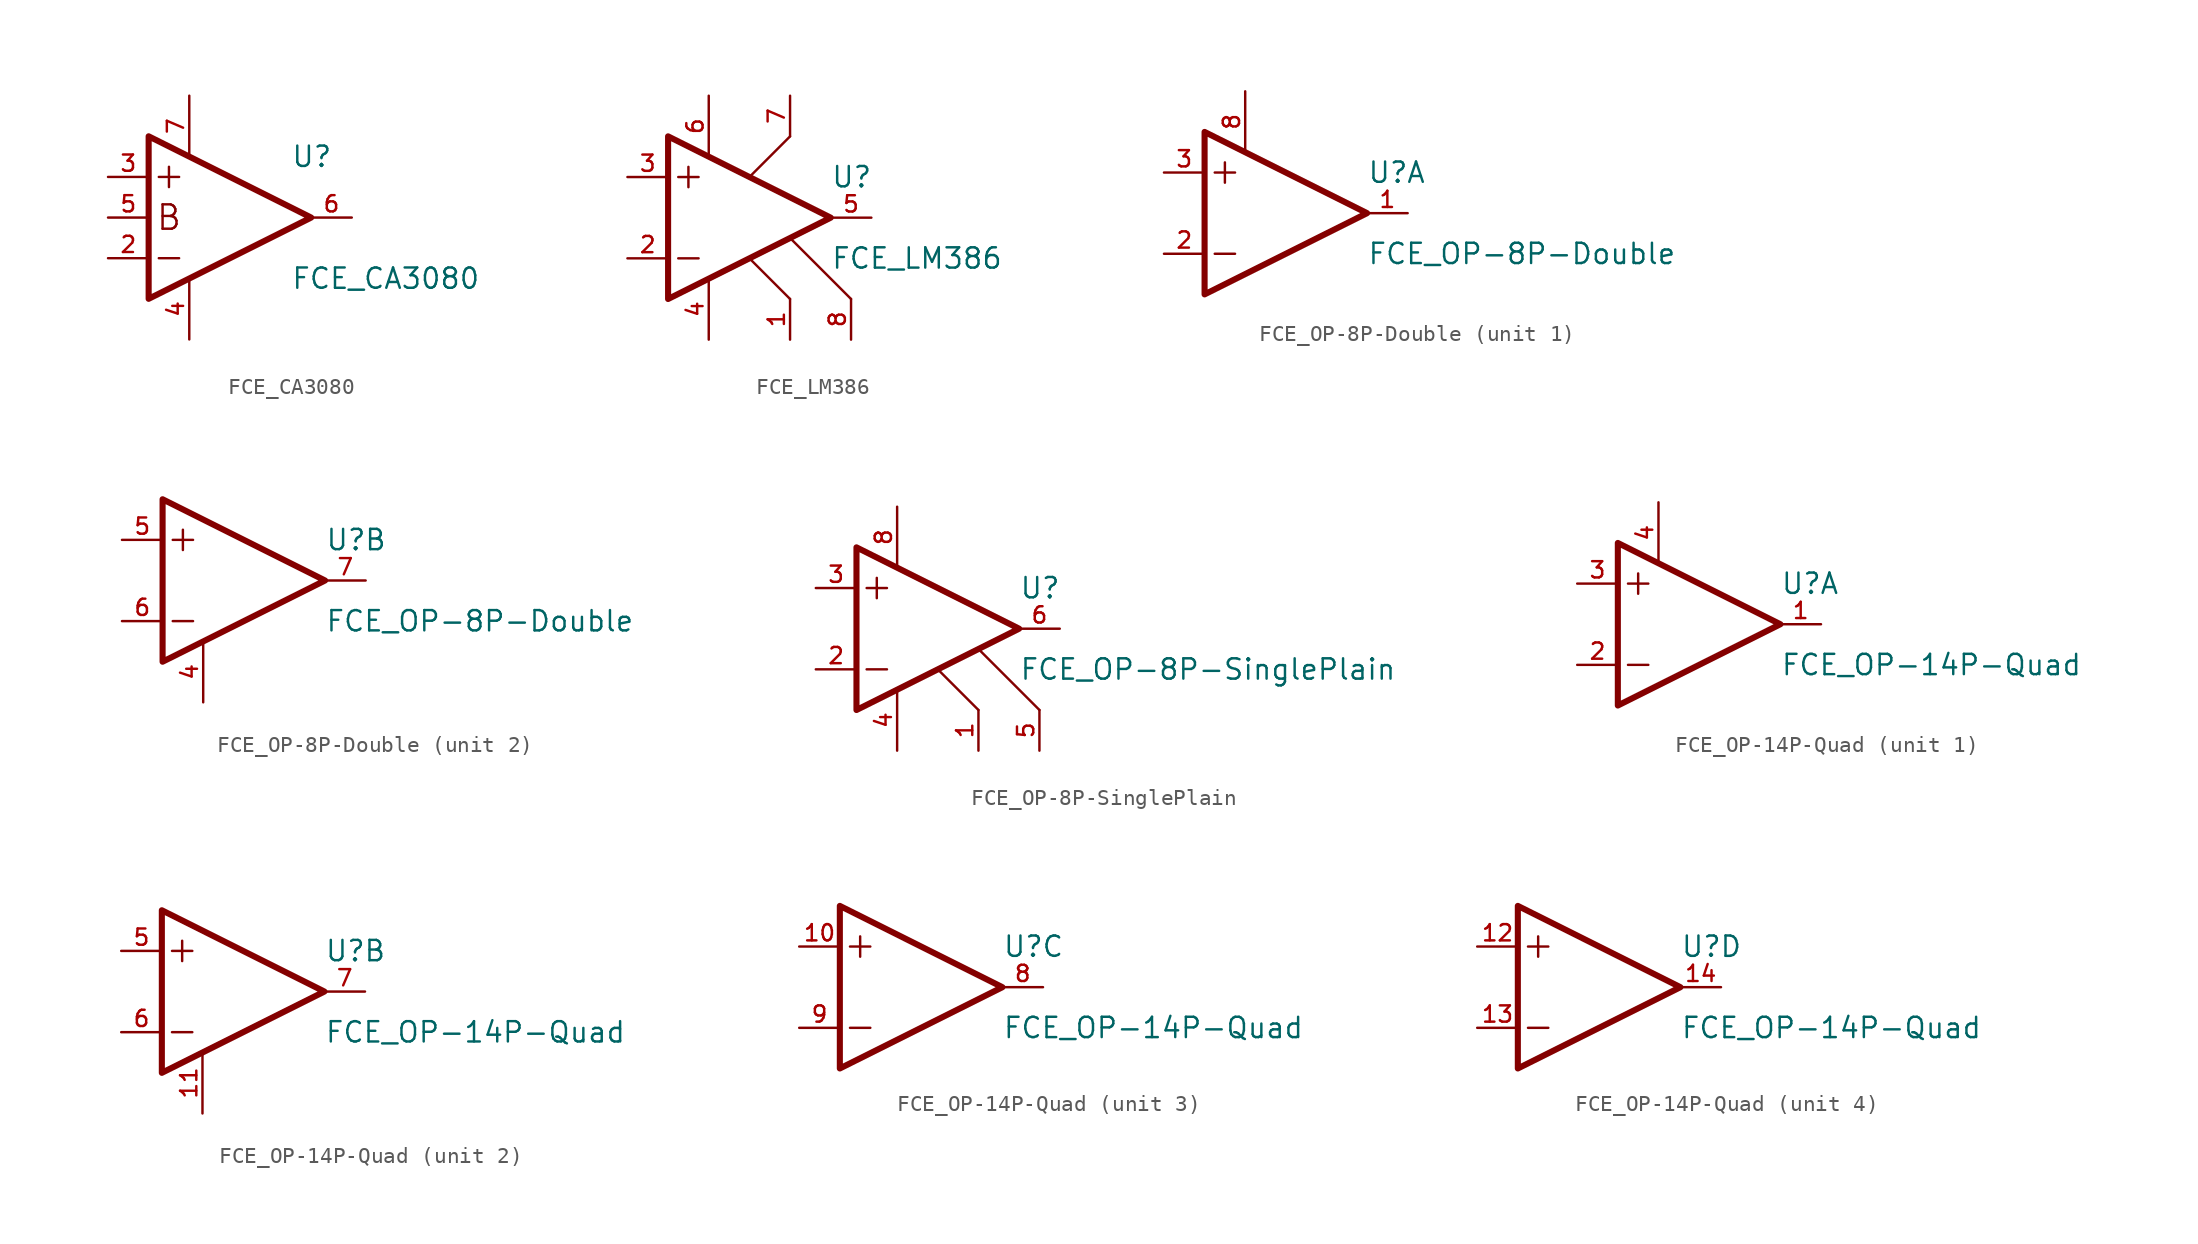
<source format=kicad_sym>
(kicad_symbol_lib
  (version 20211014)
  (generator kicad_symbol_editor)
  (symbol "FCE_CA3080"
    (pin_names hide)
    (property "Reference" "U"
      (at 3.81 3.81 0)
      (effects (font (size 1.27 1.27)) (justify left)))
    (property "Value" "FCE_CA3080"
      (at 3.81 -3.81 0)
      (effects (font (size 1.27 1.27)) (justify left)))
    (property "Footprint" ""
      (at 0 0 0)
      (effects (font (size 1.27 1.27))))
    (property "Datasheet" ""
      (at 0 0 0)
      (effects (font (size 1.27 1.27))))
    (symbol "FCE_CA3080_0_0"
      (text "B" (at -3.81 0 0) (effects (font (size 1.524 1.524)))))
    (symbol "FCE_CA3080_0_1"
      (polyline (pts (xy -4.445 -2.54) (xy -3.175 -2.54)) (stroke (width 0) (type default) (color 0 0 0 0)) (fill (type none)))
      (polyline (pts (xy -4.445 2.54) (xy -3.175 2.54)) (stroke (width 0) (type default) (color 0 0 0 0)) (fill (type none)))
      (polyline (pts (xy -3.81 3.175) (xy -3.81 1.905)) (stroke (width 0) (type default) (color 0 0 0 0)) (fill (type none)))
      (polyline (pts (xy 5.08 0) (xy -5.08 5.08) (xy -5.08 -5.08) (xy 5.08 0)) (stroke (width 0.381) (type default) (color 0 0 0 0)) (fill (type none)))
      (pin power_in line (at -2.54 -7.62 90) (length 3.81) (name "V-" (effects (font (size 1.016 1.016)))) (number "4" (effects (font (size 1.016 1.016)))))
      (pin power_in line (at -7.62 0 0) (length 2.54) (name "Bias" (effects (font (size 1.016 1.016)))) (number "5" (effects (font (size 1.016 1.016)))))
      (pin power_in line (at -2.54 7.62 270) (length 3.81) (name "V+" (effects (font (size 1.016 1.016)))) (number "7" (effects (font (size 1.016 1.016))))))
    (symbol "FCE_CA3080_1_1"
      (pin input line (at -7.62 -2.54 0) (length 2.54) (name "-" (effects (font (size 1.016 1.016)))) (number "2" (effects (font (size 1.016 1.016)))))
      (pin input line (at -7.62 2.54 0) (length 2.54) (name "+" (effects (font (size 1.016 1.016)))) (number "3" (effects (font (size 1.016 1.016)))))
      (pin output line (at 7.62 0 180) (length 2.54) (name "OUT" (effects (font (size 1.016 1.016)))) (number "6" (effects (font (size 1.016 1.016)))))))
  (symbol "FCE_LM386"
    (pin_names hide)
    (property "Reference" "U"
      (at 5.08 2.54 0)
      (effects (font (size 1.27 1.27)) (justify left)))
    (property "Value" "FCE_LM386"
      (at 5.08 -2.54 0)
      (effects (font (size 1.27 1.27)) (justify left)))
    (property "Footprint" ""
      (at 0 0 0)
      (effects (font (size 1.27 1.27))))
    (property "Datasheet" ""
      (at 0 0 0)
      (effects (font (size 1.27 1.27))))
    (symbol "FCE_LM386_0_1"
      (polyline (pts (xy -4.445 -2.54) (xy -3.175 -2.54)) (stroke (width 0) (type default) (color 0 0 0 0)) (fill (type none)))
      (polyline (pts (xy -4.445 2.54) (xy -3.175 2.54)) (stroke (width 0) (type default) (color 0 0 0 0)) (fill (type none)))
      (polyline (pts (xy -3.81 3.175) (xy -3.81 1.905)) (stroke (width 0) (type default) (color 0 0 0 0)) (fill (type none)))
      (polyline (pts (xy 2.54 -5.08) (xy 0 -2.54)) (stroke (width 0) (type default) (color 0 0 0 0)) (fill (type none)))
      (polyline (pts (xy 2.54 5.08) (xy 0 2.54)) (stroke (width 0) (type default) (color 0 0 0 0)) (fill (type none)))
      (polyline (pts (xy 6.35 -5.08) (xy 2.54 -1.27)) (stroke (width 0) (type default) (color 0 0 0 0)) (fill (type none)))
      (polyline (pts (xy 5.08 0) (xy -5.08 5.08) (xy -5.08 -5.08) (xy 5.08 0)) (stroke (width 0.381) (type default) (color 0 0 0 0)) (fill (type none)))
      (pin power_in line (at -2.54 -7.62 90) (length 3.81) (name "V-" (effects (font (size 1.016 1.016)))) (number "4" (effects (font (size 1.016 1.016)))))
      (pin power_in line (at -2.54 7.62 270) (length 3.81) (name "V+" (effects (font (size 1.016 1.016)))) (number "6" (effects (font (size 1.016 1.016))))))
    (symbol "FCE_LM386_1_1"
      (pin input line (at 2.54 -7.62 90) (length 2.54) (name "Gain1" (effects (font (size 1.016 1.016)))) (number "1" (effects (font (size 1.016 1.016)))))
      (pin input line (at -7.62 -2.54 0) (length 2.54) (name "-" (effects (font (size 1.016 1.016)))) (number "2" (effects (font (size 1.016 1.016)))))
      (pin input line (at -7.62 2.54 0) (length 2.54) (name "+" (effects (font (size 1.016 1.016)))) (number "3" (effects (font (size 1.016 1.016)))))
      (pin output line (at 7.62 0 180) (length 2.54) (name "OUT" (effects (font (size 1.016 1.016)))) (number "5" (effects (font (size 1.016 1.016)))))
      (pin input line (at 2.54 7.62 270) (length 2.54) (name "Bypass" (effects (font (size 1.016 1.016)))) (number "7" (effects (font (size 1.016 1.016)))))
      (pin input line (at 6.35 -7.62 90) (length 2.54) (name "Gain2" (effects (font (size 1.016 1.016)))) (number "8" (effects (font (size 1.016 1.016)))))))
  (symbol "FCE_OP-8P-Double"
    (pin_names hide)
    (property "Reference" "U"
      (at 5.08 2.54 0)
      (effects (font (size 1.27 1.27)) (justify left)))
    (property "Value" "FCE_OP-8P-Double"
      (at 5.08 -2.54 0)
      (effects (font (size 1.27 1.27)) (justify left)))
    (property "Footprint" ""
      (at 0 0 0)
      (effects (font (size 1.27 1.27))))
    (property "Datasheet" ""
      (at 0 0 0)
      (effects (font (size 1.27 1.27))))
    (symbol "FCE_OP-8P-Double_0_1"
      (polyline (pts (xy -4.445 -2.54) (xy -3.175 -2.54)) (stroke (width 0) (type default) (color 0 0 0 0)) (fill (type none)))
      (polyline (pts (xy -4.445 2.54) (xy -3.175 2.54)) (stroke (width 0) (type default) (color 0 0 0 0)) (fill (type none)))
      (polyline (pts (xy -3.81 3.175) (xy -3.81 1.905)) (stroke (width 0) (type default) (color 0 0 0 0)) (fill (type none)))
      (polyline (pts (xy 5.08 0) (xy -5.08 5.08) (xy -5.08 -5.08) (xy 5.08 0)) (stroke (width 0.381) (type default) (color 0 0 0 0)) (fill (type none))))
    (symbol "FCE_OP-8P-Double_1_1"
      (pin output line (at 7.62 0 180) (length 2.54) (name "Aout" (effects (font (size 1.016 1.016)))) (number "1" (effects (font (size 1.016 1.016)))))
      (pin input line (at -7.62 -2.54 0) (length 2.54) (name "Ainv" (effects (font (size 1.016 1.016)))) (number "2" (effects (font (size 1.016 1.016)))))
      (pin input line (at -7.62 2.54 0) (length 2.54) (name "Aninv" (effects (font (size 1.016 1.016)))) (number "3" (effects (font (size 1.016 1.016)))))
      (pin output line (at -2.54 7.62 270) (length 3.81) (name "VCC" (effects (font (size 1.016 1.016)))) (number "8" (effects (font (size 1.016 1.016))))))
    (symbol "FCE_OP-8P-Double_2_1"
      (pin output line (at -2.54 -7.62 90) (length 3.81) (name "VEE" (effects (font (size 1.016 1.016)))) (number "4" (effects (font (size 1.016 1.016)))))
      (pin input line (at -7.62 2.54 0) (length 2.54) (name "Bninv" (effects (font (size 1.016 1.016)))) (number "5" (effects (font (size 1.016 1.016)))))
      (pin input line (at -7.62 -2.54 0) (length 2.54) (name "Binv" (effects (font (size 1.016 1.016)))) (number "6" (effects (font (size 1.016 1.016)))))
      (pin output line (at 7.62 0 180) (length 2.54) (name "Bout" (effects (font (size 1.016 1.016)))) (number "7" (effects (font (size 1.016 1.016)))))))
  (symbol "FCE_OP-8P-SinglePlain"
    (pin_names hide)
    (property "Reference" "U"
      (at 5.08 2.54 0)
      (effects (font (size 1.27 1.27)) (justify left)))
    (property "Value" "FCE_OP-8P-SinglePlain"
      (at 5.08 -2.54 0)
      (effects (font (size 1.27 1.27)) (justify left)))
    (property "Footprint" ""
      (at 0 0 0)
      (effects (font (size 1.27 1.27))))
    (property "Datasheet" ""
      (at 0 0 0)
      (effects (font (size 1.27 1.27))))
    (symbol "FCE_OP-8P-SinglePlain_0_1"
      (polyline (pts (xy -4.445 -2.54) (xy -3.175 -2.54)) (stroke (width 0) (type default) (color 0 0 0 0)) (fill (type none)))
      (polyline (pts (xy -4.445 2.54) (xy -3.175 2.54)) (stroke (width 0) (type default) (color 0 0 0 0)) (fill (type none)))
      (polyline (pts (xy -3.81 3.175) (xy -3.81 1.905)) (stroke (width 0) (type default) (color 0 0 0 0)) (fill (type none)))
      (polyline (pts (xy 2.54 -5.08) (xy 0 -2.54)) (stroke (width 0) (type default) (color 0 0 0 0)) (fill (type none)))
      (polyline (pts (xy 6.35 -5.08) (xy 2.54 -1.27)) (stroke (width 0) (type default) (color 0 0 0 0)) (fill (type none)))
      (polyline (pts (xy 5.08 0) (xy -5.08 5.08) (xy -5.08 -5.08) (xy 5.08 0)) (stroke (width 0.381) (type default) (color 0 0 0 0)) (fill (type none)))
      (pin power_in line (at -2.54 -7.62 90) (length 3.81) (name "V-" (effects (font (size 1.016 1.016)))) (number "4" (effects (font (size 1.016 1.016)))))
      (pin power_in line (at -2.54 7.62 270) (length 3.81) (name "V+" (effects (font (size 1.016 1.016)))) (number "8" (effects (font (size 1.016 1.016))))))
    (symbol "FCE_OP-8P-SinglePlain_1_1"
      (pin input line (at 2.54 -7.62 90) (length 2.54) (name "OC1" (effects (font (size 1.016 1.016)))) (number "1" (effects (font (size 1.016 1.016)))))
      (pin input line (at -7.62 -2.54 0) (length 2.54) (name "-" (effects (font (size 1.016 1.016)))) (number "2" (effects (font (size 1.016 1.016)))))
      (pin input line (at -7.62 2.54 0) (length 2.54) (name "+" (effects (font (size 1.016 1.016)))) (number "3" (effects (font (size 1.016 1.016)))))
      (pin input line (at 6.35 -7.62 90) (length 2.54) (name "OC2" (effects (font (size 1.016 1.016)))) (number "5" (effects (font (size 1.016 1.016)))))
      (pin output line (at 7.62 0 180) (length 2.54) (name "OUT" (effects (font (size 1.016 1.016)))) (number "6" (effects (font (size 1.016 1.016)))))))
  (symbol "FCE_OP-14P-Quad"
    (pin_names hide)
    (property "Reference" "U"
      (at 5.08 2.54 0)
      (effects (font (size 1.27 1.27)) (justify left)))
    (property "Value" "FCE_OP-14P-Quad"
      (at 5.08 -2.54 0)
      (effects (font (size 1.27 1.27)) (justify left)))
    (property "Footprint" ""
      (at 0 0 0)
      (effects (font (size 1.27 1.27))))
    (property "Datasheet" ""
      (at 0 0 0)
      (effects (font (size 1.27 1.27))))
    (symbol "FCE_OP-14P-Quad_0_1"
      (polyline (pts (xy -4.445 -2.54) (xy -3.175 -2.54)) (stroke (width 0) (type default) (color 0 0 0 0)) (fill (type none)))
      (polyline (pts (xy -4.445 2.54) (xy -3.175 2.54)) (stroke (width 0) (type default) (color 0 0 0 0)) (fill (type none)))
      (polyline (pts (xy -3.81 3.175) (xy -3.81 1.905)) (stroke (width 0) (type default) (color 0 0 0 0)) (fill (type none)))
      (polyline (pts (xy 5.08 0) (xy -5.08 5.08) (xy -5.08 -5.08) (xy 5.08 0)) (stroke (width 0.381) (type default) (color 0 0 0 0)) (fill (type none))))
    (symbol "FCE_OP-14P-Quad_1_1"
      (pin output line (at 7.62 0 180) (length 2.54) (name "Aout" (effects (font (size 1.016 1.016)))) (number "1" (effects (font (size 1.016 1.016)))))
      (pin input line (at -7.62 -2.54 0) (length 2.54) (name "Ainv" (effects (font (size 1.016 1.016)))) (number "2" (effects (font (size 1.016 1.016)))))
      (pin input line (at -7.62 2.54 0) (length 2.54) (name "Aninv" (effects (font (size 1.016 1.016)))) (number "3" (effects (font (size 1.016 1.016)))))
      (pin output line (at -2.54 7.62 270) (length 3.81) (name "VCC" (effects (font (size 1.016 1.016)))) (number "4" (effects (font (size 1.016 1.016))))))
    (symbol "FCE_OP-14P-Quad_2_1"
      (pin output line (at -2.54 -7.62 90) (length 3.81) (name "VEE" (effects (font (size 1.016 1.016)))) (number "11" (effects (font (size 1.016 1.016)))))
      (pin input line (at -7.62 2.54 0) (length 2.54) (name "Bninv" (effects (font (size 1.016 1.016)))) (number "5" (effects (font (size 1.016 1.016)))))
      (pin input line (at -7.62 -2.54 0) (length 2.54) (name "Binv" (effects (font (size 1.016 1.016)))) (number "6" (effects (font (size 1.016 1.016)))))
      (pin output line (at 7.62 0 180) (length 2.54) (name "Bout" (effects (font (size 1.016 1.016)))) (number "7" (effects (font (size 1.016 1.016))))))
    (symbol "FCE_OP-14P-Quad_3_1"
      (pin input line (at -7.62 2.54 0) (length 2.54) (name "Cninv" (effects (font (size 1.016 1.016)))) (number "10" (effects (font (size 1.016 1.016)))))
      (pin output line (at 7.62 0 180) (length 2.54) (name "Cout" (effects (font (size 1.016 1.016)))) (number "8" (effects (font (size 1.016 1.016)))))
      (pin input line (at -7.62 -2.54 0) (length 2.54) (name "Cinv" (effects (font (size 1.016 1.016)))) (number "9" (effects (font (size 1.016 1.016))))))
    (symbol "FCE_OP-14P-Quad_4_1"
      (pin input line (at -7.62 2.54 0) (length 2.54) (name "Dninv" (effects (font (size 1.016 1.016)))) (number "12" (effects (font (size 1.016 1.016)))))
      (pin input line (at -7.62 -2.54 0) (length 2.54) (name "Dinv" (effects (font (size 1.016 1.016)))) (number "13" (effects (font (size 1.016 1.016)))))
      (pin output line (at 7.62 0 180) (length 2.54) (name "Dout" (effects (font (size 1.016 1.016)))) (number "14" (effects (font (size 1.016 1.016))))))))
</source>
